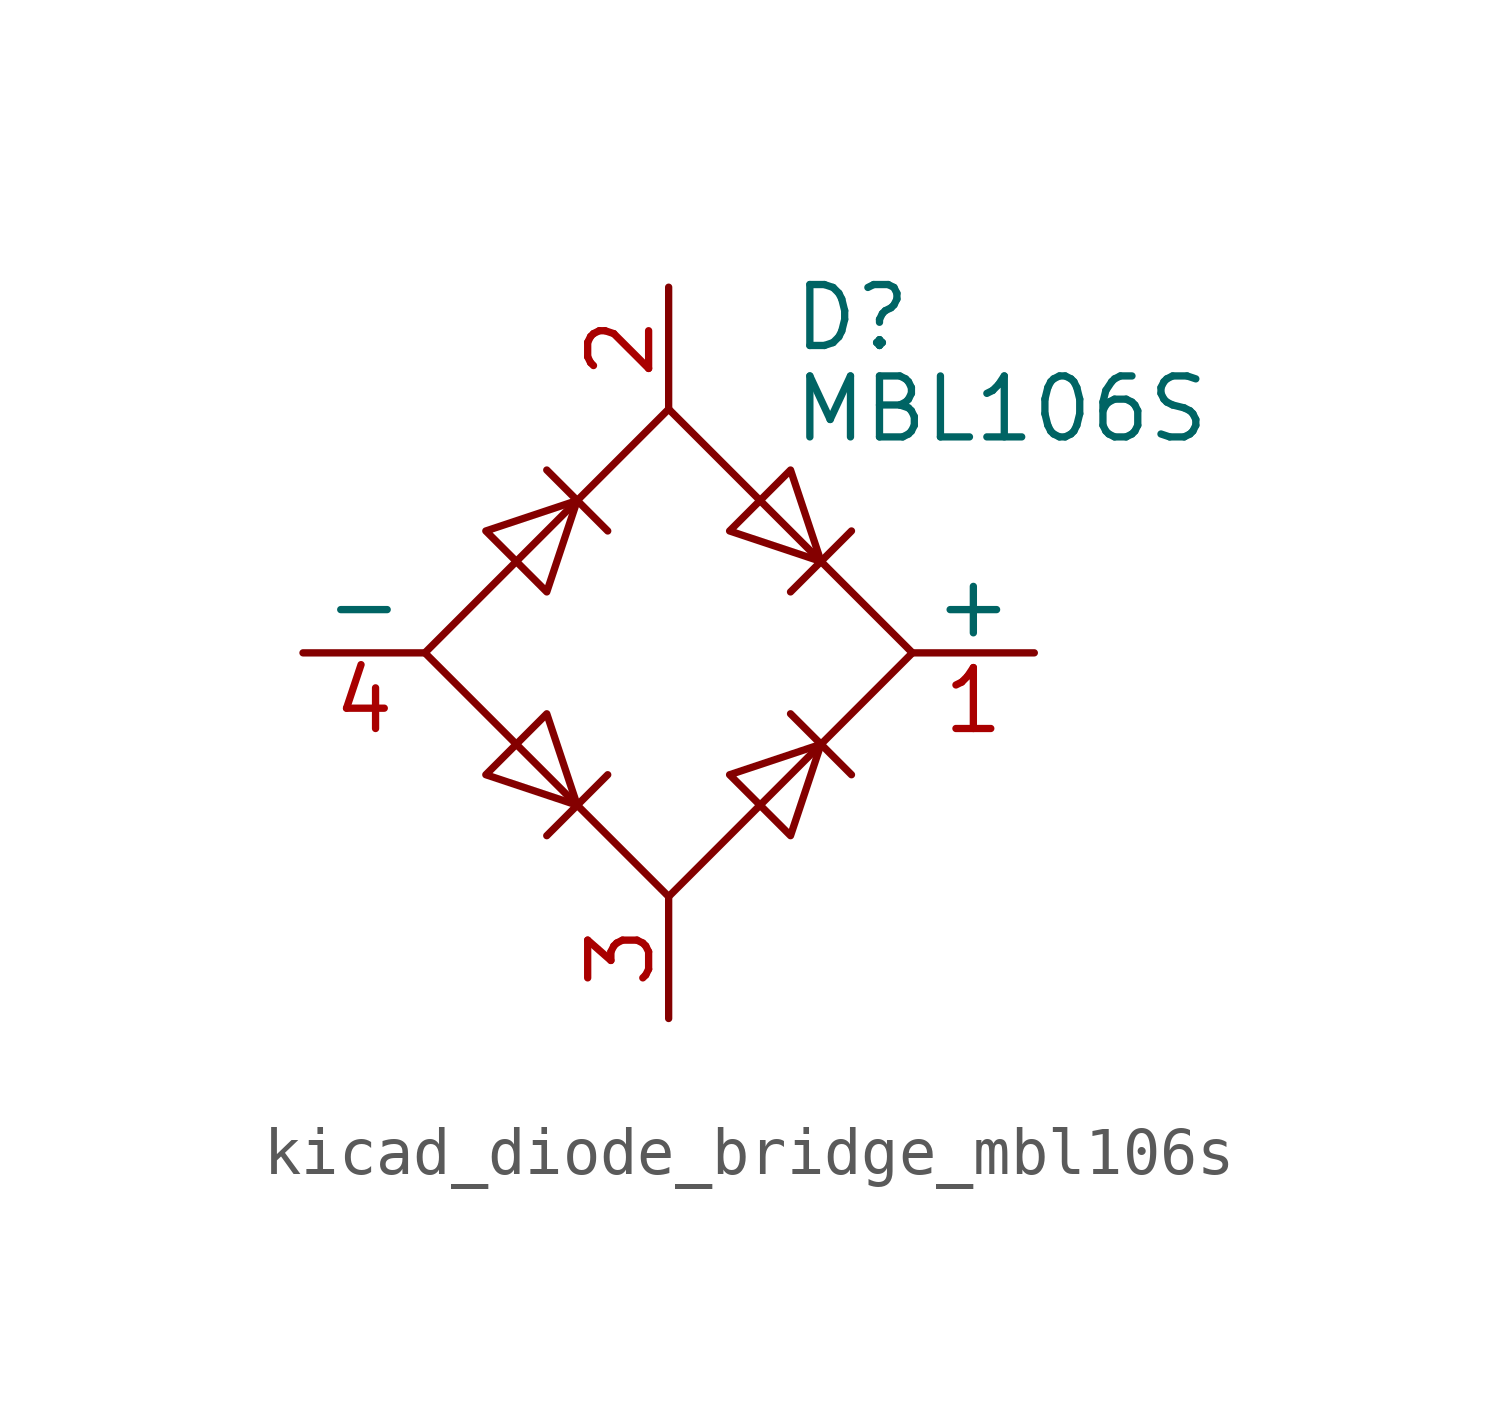
<source format=kicad_sym>
(kicad_symbol_lib
  (version 20220914)
  (generator kicad_symbol_editor)
  (symbol "kicad_diode_bridge_mbl106s"
    (pin_names
      (offset 0))
    (property "Reference" "D"
      (at 2.54 6.985 0)
      (effects (font (size 1.27 1.27)) (justify left)))
    (property "Value" "MBL106S"
      (at 2.54 5.08 0)
      (effects (font (size 1.27 1.27)) (justify left)))
    (symbol "kicad_diode_bridge_mbl106s_0_1"
      (polyline (pts (xy -2.54 3.81) (xy -1.27 2.54)) (stroke (width 0) (type default)) (fill (type none)))
      (polyline (pts (xy -1.27 -2.54) (xy -2.54 -3.81)) (stroke (width 0) (type default)) (fill (type none)))
      (polyline (pts (xy 2.54 -1.27) (xy 3.81 -2.54)) (stroke (width 0) (type default)) (fill (type none)))
      (polyline (pts (xy 2.54 1.27) (xy 3.81 2.54)) (stroke (width 0) (type default)) (fill (type none)))
      (polyline (pts (xy -3.81 2.54) (xy -2.54 1.27) (xy -1.905 3.175) (xy -3.81 2.54)) (stroke (width 0) (type default)) (fill (type none)))
      (polyline (pts (xy -2.54 -1.27) (xy -3.81 -2.54) (xy -1.905 -3.175) (xy -2.54 -1.27)) (stroke (width 0) (type default)) (fill (type none)))
      (polyline (pts (xy 1.27 2.54) (xy 2.54 3.81) (xy 3.175 1.905) (xy 1.27 2.54)) (stroke (width 0) (type default)) (fill (type none)))
      (polyline (pts (xy 3.175 -1.905) (xy 1.27 -2.54) (xy 2.54 -3.81) (xy 3.175 -1.905)) (stroke (width 0) (type default)) (fill (type none)))
      (polyline (pts (xy -5.08 0) (xy 0 -5.08) (xy 5.08 0) (xy 0 5.08) (xy -5.08 0)) (stroke (width 0) (type default)) (fill (type none))))
    (symbol "kicad_diode_bridge_mbl106s_1_1"
      (pin passive line (at 7.62 0 180) (length 2.54) (name "+" (effects (font (size 1.27 1.27)))) (number "1" (effects (font (size 1.27 1.27)))))
      (pin passive line (at 0 7.62 270) (length 2.54) (name "~" (effects (font (size 1.27 1.27)))) (number "2" (effects (font (size 1.27 1.27)))))
      (pin passive line (at 0 -7.62 90) (length 2.54) (name "~" (effects (font (size 1.27 1.27)))) (number "3" (effects (font (size 1.27 1.27)))))
      (pin passive line (at -7.62 0 0) (length 2.54) (name "-" (effects (font (size 1.27 1.27)))) (number "4" (effects (font (size 1.27 1.27))))))))
</source>
